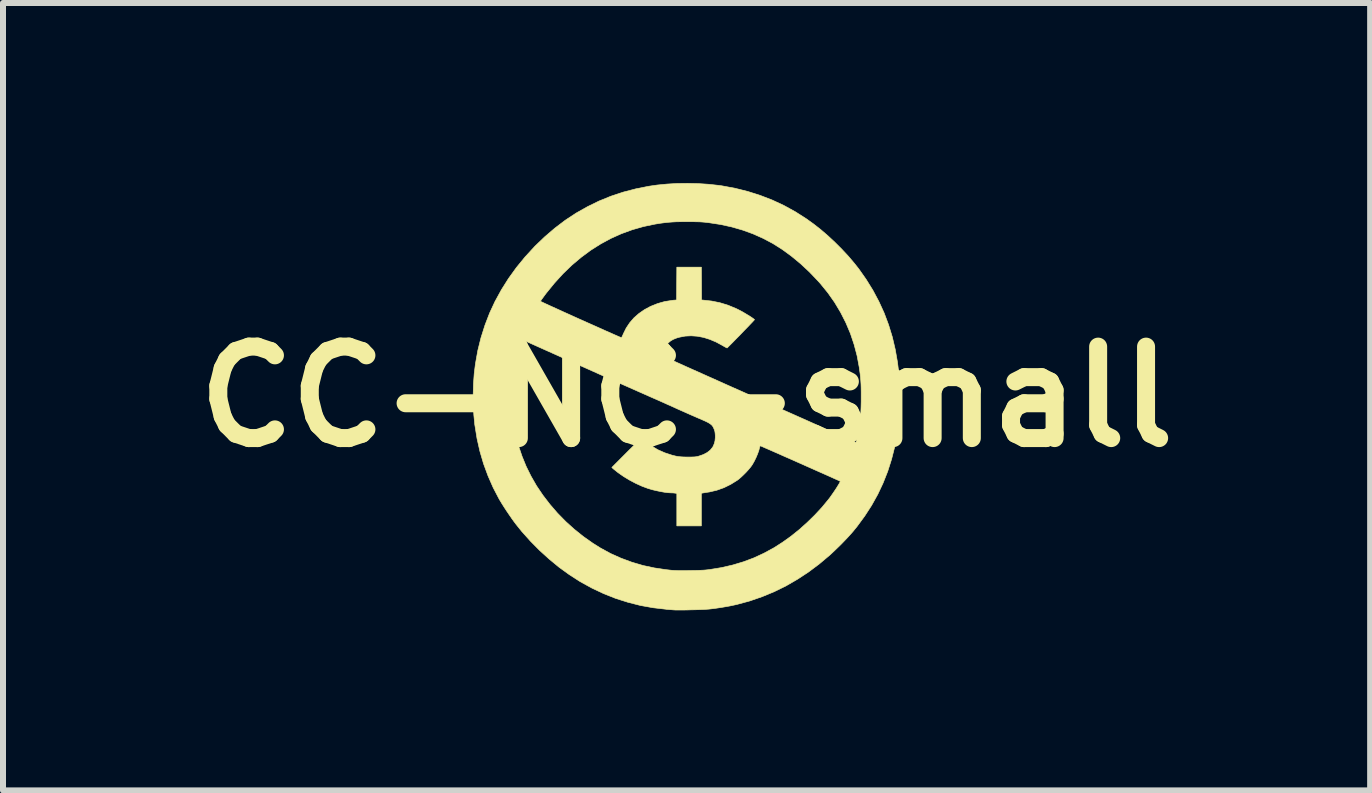
<source format=kicad_pcb>
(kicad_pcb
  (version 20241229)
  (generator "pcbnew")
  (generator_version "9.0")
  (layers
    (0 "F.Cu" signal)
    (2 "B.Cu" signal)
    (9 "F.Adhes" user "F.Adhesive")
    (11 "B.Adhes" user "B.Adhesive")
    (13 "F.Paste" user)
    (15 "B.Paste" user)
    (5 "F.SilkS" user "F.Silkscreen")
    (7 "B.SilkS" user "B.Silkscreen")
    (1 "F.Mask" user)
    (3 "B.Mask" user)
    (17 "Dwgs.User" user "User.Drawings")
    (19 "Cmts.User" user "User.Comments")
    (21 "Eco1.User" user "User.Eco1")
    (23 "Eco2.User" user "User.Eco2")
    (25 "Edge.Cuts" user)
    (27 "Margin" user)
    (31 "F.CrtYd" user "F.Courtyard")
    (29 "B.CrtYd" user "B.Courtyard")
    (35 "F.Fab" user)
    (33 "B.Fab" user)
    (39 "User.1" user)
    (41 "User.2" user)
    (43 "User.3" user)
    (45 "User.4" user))
  (footprint "CC-NC-small"
    (layer "F.Cu")
    (at 8.389 3.56)
    (property "Reference" "CC-NC-small" (at 0 0 0) (layer "F.SilkS") (effects (font (size 1.524 1.524) (thickness 0.3))))
    (attr through_hole)
    (fp_poly (pts (xy 0.194 -3.551) (xy 0.365 -3.54) (xy 0.53 -3.522) (xy 0.588 -3.514) (xy 0.808 -3.473) (xy 1.021 -3.42) (xy 1.228 -3.354) (xy 1.43 -3.276) (xy 1.625 -3.185) (xy 1.814 -3.081) (xy 1.997 -2.964) (xy 2.114 -2.88) (xy 2.233 -2.787) (xy 2.353 -2.684) (xy 2.472 -2.573) (xy 2.587 -2.458) (xy 2.696 -2.341) (xy 2.796 -2.223) (xy 2.869 -2.131) (xy 2.994 -1.953) (xy 3.106 -1.772) (xy 3.205 -1.586) (xy 3.292 -1.396) (xy 3.366 -1.199) (xy 3.428 -0.997) (xy 3.477 -0.789) (xy 3.515 -0.573) (xy 3.542 -0.35) (xy 3.55 -0.247) (xy 3.552 -0.189) (xy 3.554 -0.12) (xy 3.555 -0.044) (xy 3.554 0.037) (xy 3.553 0.12) (xy 3.55 0.2) (xy 3.547 0.276) (xy 3.543 0.344) (xy 3.539 0.395) (xy 3.51 0.618) (xy 3.469 0.834) (xy 3.416 1.042) (xy 3.352 1.243) (xy 3.275 1.438) (xy 3.186 1.627) (xy 3.084 1.81) (xy 2.969 1.988) (xy 2.842 2.161) (xy 2.772 2.247) (xy 2.734 2.29) (xy 2.689 2.34) (xy 2.637 2.395) (xy 2.582 2.452) (xy 2.525 2.508) (xy 2.469 2.562) (xy 2.417 2.611) (xy 2.389 2.637) (xy 2.212 2.786) (xy 2.032 2.921) (xy 1.846 3.043) (xy 1.656 3.153) (xy 1.46 3.249) (xy 1.259 3.332) (xy 1.053 3.403) (xy 0.84 3.461) (xy 0.781 3.474) (xy 0.719 3.487) (xy 0.646 3.5) (xy 0.568 3.513) (xy 0.487 3.525) (xy 0.409 3.535) (xy 0.372 3.539) (xy 0.343 3.541) (xy 0.303 3.544) (xy 0.255 3.546) (xy 0.2 3.548) (xy 0.14 3.55) (xy 0.078 3.551) (xy 0.017 3.553) (xy -0.043 3.554) (xy -0.097 3.554) (xy -0.146 3.554) (xy -0.185 3.554) (xy -0.214 3.552) (xy -0.222 3.552) (xy -0.24 3.55) (xy -0.268 3.548) (xy -0.303 3.545) (xy -0.34 3.542) (xy -0.342 3.541) (xy -0.557 3.516) (xy -0.769 3.478) (xy -0.977 3.425) (xy -1.182 3.36) (xy -1.383 3.28) (xy -1.578 3.188) (xy -1.769 3.083) (xy -1.782 3.075) (xy -1.954 2.964) (xy -2.124 2.841) (xy -2.289 2.705) (xy -2.449 2.56) (xy -2.602 2.405) (xy -2.747 2.243) (xy -2.84 2.127) (xy -2.874 2.082) (xy -2.913 2.028) (xy -2.954 1.968) (xy -2.997 1.905) (xy -3.038 1.842) (xy -3.076 1.782) (xy -3.108 1.729) (xy -3.123 1.704) (xy -3.222 1.514) (xy -3.308 1.318) (xy -3.382 1.117) (xy -3.443 0.909) (xy -3.491 0.697) (xy -3.526 0.479) (xy -3.528 0.469) (xy -3.544 0.306) (xy -3.553 0.135) (xy -3.554 0.041) (xy -2.912 0.041) (xy -2.912 0.071) (xy -2.904 0.237) (xy -2.888 0.395) (xy -2.865 0.547) (xy -2.832 0.697) (xy -2.79 0.847) (xy -2.741 0.992) (xy -2.673 1.159) (xy -2.592 1.323) (xy -2.499 1.485) (xy -2.393 1.642) (xy -2.277 1.793) (xy -2.151 1.939) (xy -2.015 2.078) (xy -1.871 2.208) (xy -1.719 2.33) (xy -1.56 2.442) (xy -1.434 2.521) (xy -1.267 2.612) (xy -1.093 2.69) (xy -0.912 2.757) (xy -0.726 2.812) (xy -0.534 2.853) (xy -0.339 2.882) (xy -0.31 2.885) (xy -0.276 2.889) (xy -0.247 2.892) (xy -0.221 2.894) (xy -0.195 2.895) (xy -0.168 2.896) (xy -0.137 2.897) (xy -0.101 2.897) (xy -0.056 2.897) (xy -0.001 2.897) (xy 0.053 2.896) (xy 0.125 2.895) (xy 0.184 2.894) (xy 0.235 2.892) (xy 0.279 2.89) (xy 0.318 2.887) (xy 0.355 2.883) (xy 0.388 2.879) (xy 0.584 2.847) (xy 0.77 2.804) (xy 0.95 2.75) (xy 1.123 2.685) (xy 1.291 2.607) (xy 1.455 2.518) (xy 1.602 2.424) (xy 1.739 2.326) (xy 1.876 2.216) (xy 2.009 2.097) (xy 2.136 1.973) (xy 2.255 1.845) (xy 2.359 1.719) (xy 2.385 1.686) (xy 2.412 1.648) (xy 2.44 1.608) (xy 2.468 1.567) (xy 2.494 1.528) (xy 2.517 1.491) (xy 2.536 1.46) (xy 2.551 1.434) (xy 2.559 1.416) (xy 2.561 1.409) (xy 2.561 1.409) (xy 2.554 1.405) (xy 2.535 1.396) (xy 2.505 1.383) (xy 2.465 1.365) (xy 2.417 1.343) (xy 2.361 1.318) (xy 2.298 1.29) (xy 2.23 1.26) (xy 2.158 1.228) (xy 2.082 1.194) (xy 2.003 1.159) (xy 1.923 1.123) (xy 1.843 1.088) (xy 1.763 1.052) (xy 1.685 1.018) (xy 1.61 0.985) (xy 1.539 0.953) (xy 1.472 0.924) (xy 1.411 0.897) (xy 1.358 0.874) (xy 1.312 0.854) (xy 1.276 0.838) (xy 1.249 0.826) (xy 1.234 0.82) (xy 1.23 0.818) (xy 1.224 0.825) (xy 1.218 0.84) (xy 1.217 0.845) (xy 1.205 0.894) (xy 1.185 0.95) (xy 1.16 1.01) (xy 1.131 1.07) (xy 1.099 1.127) (xy 1.086 1.147) (xy 1.062 1.179) (xy 1.03 1.217) (xy 0.992 1.259) (xy 0.951 1.3) (xy 0.911 1.338) (xy 0.873 1.371) (xy 0.847 1.391) (xy 0.736 1.46) (xy 0.622 1.516) (xy 0.504 1.558) (xy 0.381 1.587) (xy 0.353 1.591) (xy 0.32 1.596) (xy 0.292 1.601) (xy 0.271 1.604) (xy 0.263 1.606) (xy 0.247 1.609) (xy 0.247 2.152) (xy -0.162 2.152) (xy -0.162 1.611) (xy -0.195 1.606) (xy -0.224 1.603) (xy -0.255 1.602) (xy -0.263 1.602) (xy -0.309 1.599) (xy -0.366 1.592) (xy -0.429 1.581) (xy -0.496 1.567) (xy -0.564 1.551) (xy -0.629 1.532) (xy -0.646 1.527) (xy -0.745 1.49) (xy -0.848 1.443) (xy -0.95 1.389) (xy -1.049 1.329) (xy -1.141 1.265) (xy -1.217 1.204) (xy -1.245 1.179) (xy -1.002 0.935) (xy -0.954 0.887) (xy -0.908 0.842) (xy -0.867 0.801) (xy -0.831 0.765) (xy -0.801 0.735) (xy -0.777 0.712) (xy -0.762 0.697) (xy -0.755 0.692) (xy -0.755 0.691) (xy -0.748 0.696) (xy -0.733 0.707) (xy -0.713 0.724) (xy -0.695 0.739) (xy -0.591 0.816) (xy -0.481 0.882) (xy -0.364 0.934) (xy -0.242 0.974) (xy -0.182 0.989) (xy -0.15 0.995) (xy -0.12 0.999) (xy -0.087 1.002) (xy -0.049 1.004) (xy -0.000399 1.005) (xy 0.021 1.005) (xy 0.069 1.005) (xy 0.106 1.004) (xy 0.135 1.003) (xy 0.158 1) (xy 0.179 0.997) (xy 0.2 0.991) (xy 0.207 0.989) (xy 0.282 0.963) (xy 0.344 0.93) (xy 0.395 0.89) (xy 0.432 0.845) (xy 0.443 0.827) (xy 0.462 0.782) (xy 0.474 0.736) (xy 0.479 0.683) (xy 0.479 0.642) (xy 0.476 0.606) (xy 0.472 0.578) (xy 0.465 0.554) (xy 0.456 0.532) (xy 0.446 0.51) (xy 0.435 0.491) (xy 0.422 0.475) (xy 0.405 0.46) (xy 0.384 0.445) (xy 0.357 0.429) (xy 0.321 0.411) (xy 0.276 0.391) (xy 0.22 0.366) (xy 0.197 0.357) (xy 0.138 0.331) (xy 0.071 0.302) (xy -0.001 0.27) (xy -0.073 0.238) (xy -0.141 0.208) (xy -0.191 0.185) (xy -0.241 0.162) (xy -0.303 0.135) (xy -0.371 0.104) (xy -0.445 0.071) (xy -0.522 0.037) (xy -0.598 0.004) (xy -0.671 -0.029) (xy -0.699 -0.041) (xy -0.744 -0.061) (xy -0.801 -0.086) (xy -0.868 -0.116) (xy -0.945 -0.15) (xy -1.031 -0.188) (xy -1.123 -0.229) (xy -1.222 -0.273) (xy -1.326 -0.319) (xy -1.433 -0.367) (xy -1.544 -0.417) (xy -1.656 -0.467) (xy -1.768 -0.517) (xy -1.88 -0.567) (xy -1.88 -0.567) (xy -2.755 -0.959) (xy -2.781 -0.879) (xy -2.831 -0.707) (xy -2.869 -0.529) (xy -2.895 -0.346) (xy -2.91 -0.156) (xy -2.912 0.041) (xy -3.554 0.041) (xy -3.555 -0.039) (xy -3.55 -0.213) (xy -3.538 -0.383) (xy -3.518 -0.544) (xy -3.517 -0.55) (xy -3.478 -0.769) (xy -3.425 -0.983) (xy -3.359 -1.191) (xy -3.281 -1.394) (xy -3.19 -1.59) (xy -2.434 -1.59) (xy -2.428 -1.586) (xy -2.409 -1.578) (xy -2.38 -1.564) (xy -2.342 -1.546) (xy -2.294 -1.524) (xy -2.239 -1.499) (xy -2.177 -1.471) (xy -2.109 -1.44) (xy -2.037 -1.407) (xy -1.961 -1.373) (xy -1.882 -1.337) (xy -1.802 -1.301) (xy -1.721 -1.265) (xy -1.641 -1.229) (xy -1.562 -1.194) (xy -1.486 -1.16) (xy -1.414 -1.128) (xy -1.346 -1.097) (xy -1.283 -1.07) (xy -1.228 -1.045) (xy -1.18 -1.024) (xy -1.141 -1.007) (xy -1.111 -0.994) (xy -1.093 -0.987) (xy -1.086 -0.984) (xy -1.08 -0.99) (xy -1.071 -1.007) (xy -1.06 -1.031) (xy -1.052 -1.05) (xy -1.005 -1.145) (xy -0.946 -1.233) (xy -0.876 -1.314) (xy -0.794 -1.386) (xy -0.702 -1.45) (xy -0.6 -1.505) (xy -0.6 -1.505) (xy -0.483 -1.552) (xy -0.363 -1.586) (xy -0.239 -1.605) (xy -0.225 -1.607) (xy -0.166 -1.612) (xy -0.162 -2.159) (xy 0.247 -2.159) (xy 0.249 -1.886) (xy 0.25 -1.612) (xy 0.275 -1.61) (xy 0.418 -1.594) (xy 0.556 -1.566) (xy 0.69 -1.525) (xy 0.823 -1.47) (xy 0.864 -1.45) (xy 0.897 -1.433) (xy 0.934 -1.413) (xy 0.973 -1.39) (xy 1.011 -1.367) (xy 1.048 -1.345) (xy 1.08 -1.324) (xy 1.106 -1.306) (xy 1.124 -1.292) (xy 1.132 -1.284) (xy 1.132 -1.283) (xy 1.127 -1.277) (xy 1.114 -1.263) (xy 1.093 -1.24) (xy 1.066 -1.212) (xy 1.034 -1.178) (xy 0.997 -1.14) (xy 0.958 -1.1) (xy 0.918 -1.058) (xy 0.877 -1.015) (xy 0.836 -0.974) (xy 0.798 -0.935) (xy 0.763 -0.899) (xy 0.732 -0.868) (xy 0.707 -0.843) (xy 0.688 -0.824) (xy 0.678 -0.814) (xy 0.676 -0.813) (xy 0.668 -0.815) (xy 0.651 -0.824) (xy 0.627 -0.837) (xy 0.6 -0.853) (xy 0.495 -0.91) (xy 0.389 -0.955) (xy 0.284 -0.988) (xy 0.179 -1.008) (xy 0.076 -1.015) (xy -0.024 -1.01) (xy -0.121 -0.991) (xy -0.16 -0.98) (xy -0.218 -0.957) (xy -0.264 -0.931) (xy -0.3 -0.901) (xy -0.315 -0.883) (xy -0.338 -0.845) (xy -0.353 -0.802) (xy -0.359 -0.757) (xy -0.357 -0.715) (xy -0.346 -0.679) (xy -0.344 -0.674) (xy -0.34 -0.667) (xy -0.334 -0.661) (xy -0.327 -0.654) (xy -0.316 -0.647) (xy -0.301 -0.638) (xy -0.28 -0.627) (xy -0.252 -0.613) (xy -0.216 -0.596) (xy -0.17 -0.575) (xy -0.114 -0.55) (xy -0.056 -0.524) (xy -0.015 -0.505) (xy 0.037 -0.482) (xy 0.101 -0.453) (xy 0.174 -0.421) (xy 0.256 -0.384) (xy 0.345 -0.344) (xy 0.44 -0.302) (xy 0.54 -0.257) (xy 0.645 -0.21) (xy 0.752 -0.162) (xy 0.861 -0.114) (xy 0.971 -0.065) (xy 1.069 -0.021) (xy 1.183 0.03) (xy 1.3 0.082) (xy 1.419 0.135) (xy 1.538 0.188) (xy 1.656 0.241) (xy 1.771 0.292) (xy 1.883 0.342) (xy 1.989 0.389) (xy 2.089 0.434) (xy 2.181 0.475) (xy 2.263 0.512) (xy 2.335 0.544) (xy 2.371 0.56) (xy 2.445 0.593) (xy 2.516 0.625) (xy 2.583 0.655) (xy 2.643 0.682) (xy 2.696 0.705) (xy 2.742 0.726) (xy 2.778 0.742) (xy 2.804 0.753) (xy 2.819 0.76) (xy 2.823 0.761) (xy 2.825 0.755) (xy 2.83 0.737) (xy 2.836 0.71) (xy 2.844 0.675) (xy 2.849 0.647) (xy 2.866 0.556) (xy 2.88 0.474) (xy 2.891 0.398) (xy 2.899 0.324) (xy 2.905 0.249) (xy 2.908 0.169) (xy 2.91 0.082) (xy 2.91 0.004) (xy 2.91 -0.078) (xy 2.909 -0.149) (xy 2.907 -0.212) (xy 2.903 -0.271) (xy 2.898 -0.327) (xy 2.892 -0.385) (xy 2.883 -0.448) (xy 2.878 -0.487) (xy 2.842 -0.681) (xy 2.792 -0.87) (xy 2.73 -1.055) (xy 2.654 -1.234) (xy 2.566 -1.407) (xy 2.466 -1.574) (xy 2.353 -1.734) (xy 2.229 -1.886) (xy 2.193 -1.926) (xy 2.048 -2.078) (xy 1.9 -2.216) (xy 1.749 -2.341) (xy 1.596 -2.453) (xy 1.438 -2.553) (xy 1.275 -2.639) (xy 1.107 -2.714) (xy 0.933 -2.777) (xy 0.753 -2.829) (xy 0.565 -2.87) (xy 0.369 -2.9) (xy 0.296 -2.908) (xy 0.26 -2.911) (xy 0.212 -2.914) (xy 0.155 -2.915) (xy 0.09 -2.917) (xy 0.021 -2.917) (xy -0.004 -2.917) (xy -0.091 -2.916) (xy -0.168 -2.915) (xy -0.238 -2.911) (xy -0.304 -2.906) (xy -0.369 -2.899) (xy -0.438 -2.89) (xy -0.512 -2.878) (xy -0.529 -2.875) (xy -0.72 -2.835) (xy -0.905 -2.782) (xy -1.086 -2.716) (xy -1.262 -2.637) (xy -1.432 -2.545) (xy -1.598 -2.44) (xy -1.757 -2.322) (xy -1.911 -2.192) (xy -2.059 -2.049) (xy -2.201 -1.893) (xy -2.337 -1.726) (xy -2.365 -1.689) (xy -2.388 -1.657) (xy -2.408 -1.63) (xy -2.423 -1.608) (xy -2.432 -1.594) (xy -2.434 -1.59) (xy -3.19 -1.59) (xy -3.189 -1.591) (xy -3.084 -1.783) (xy -2.966 -1.97) (xy -2.835 -2.152) (xy -2.691 -2.328) (xy -2.534 -2.499) (xy -2.528 -2.506) (xy -2.364 -2.663) (xy -2.195 -2.808) (xy -2.02 -2.941) (xy -1.839 -3.06) (xy -1.651 -3.166) (xy -1.459 -3.26) (xy -1.26 -3.341) (xy -1.055 -3.409) (xy -0.844 -3.464) (xy -0.628 -3.507) (xy -0.49 -3.527) (xy -0.327 -3.543) (xy -0.156 -3.553) (xy 0.019 -3.555) (xy 0.194 -3.551)) (stroke (width 0.01) (type solid)) (fill yes) (layer "F.SilkS")))
  (gr_rect
    (start -3 -3)
    (end 19.779 10.119)
    (stroke (width 0.1) (type default))
    (fill no)
    (layer "Edge.Cuts")))
</source>
